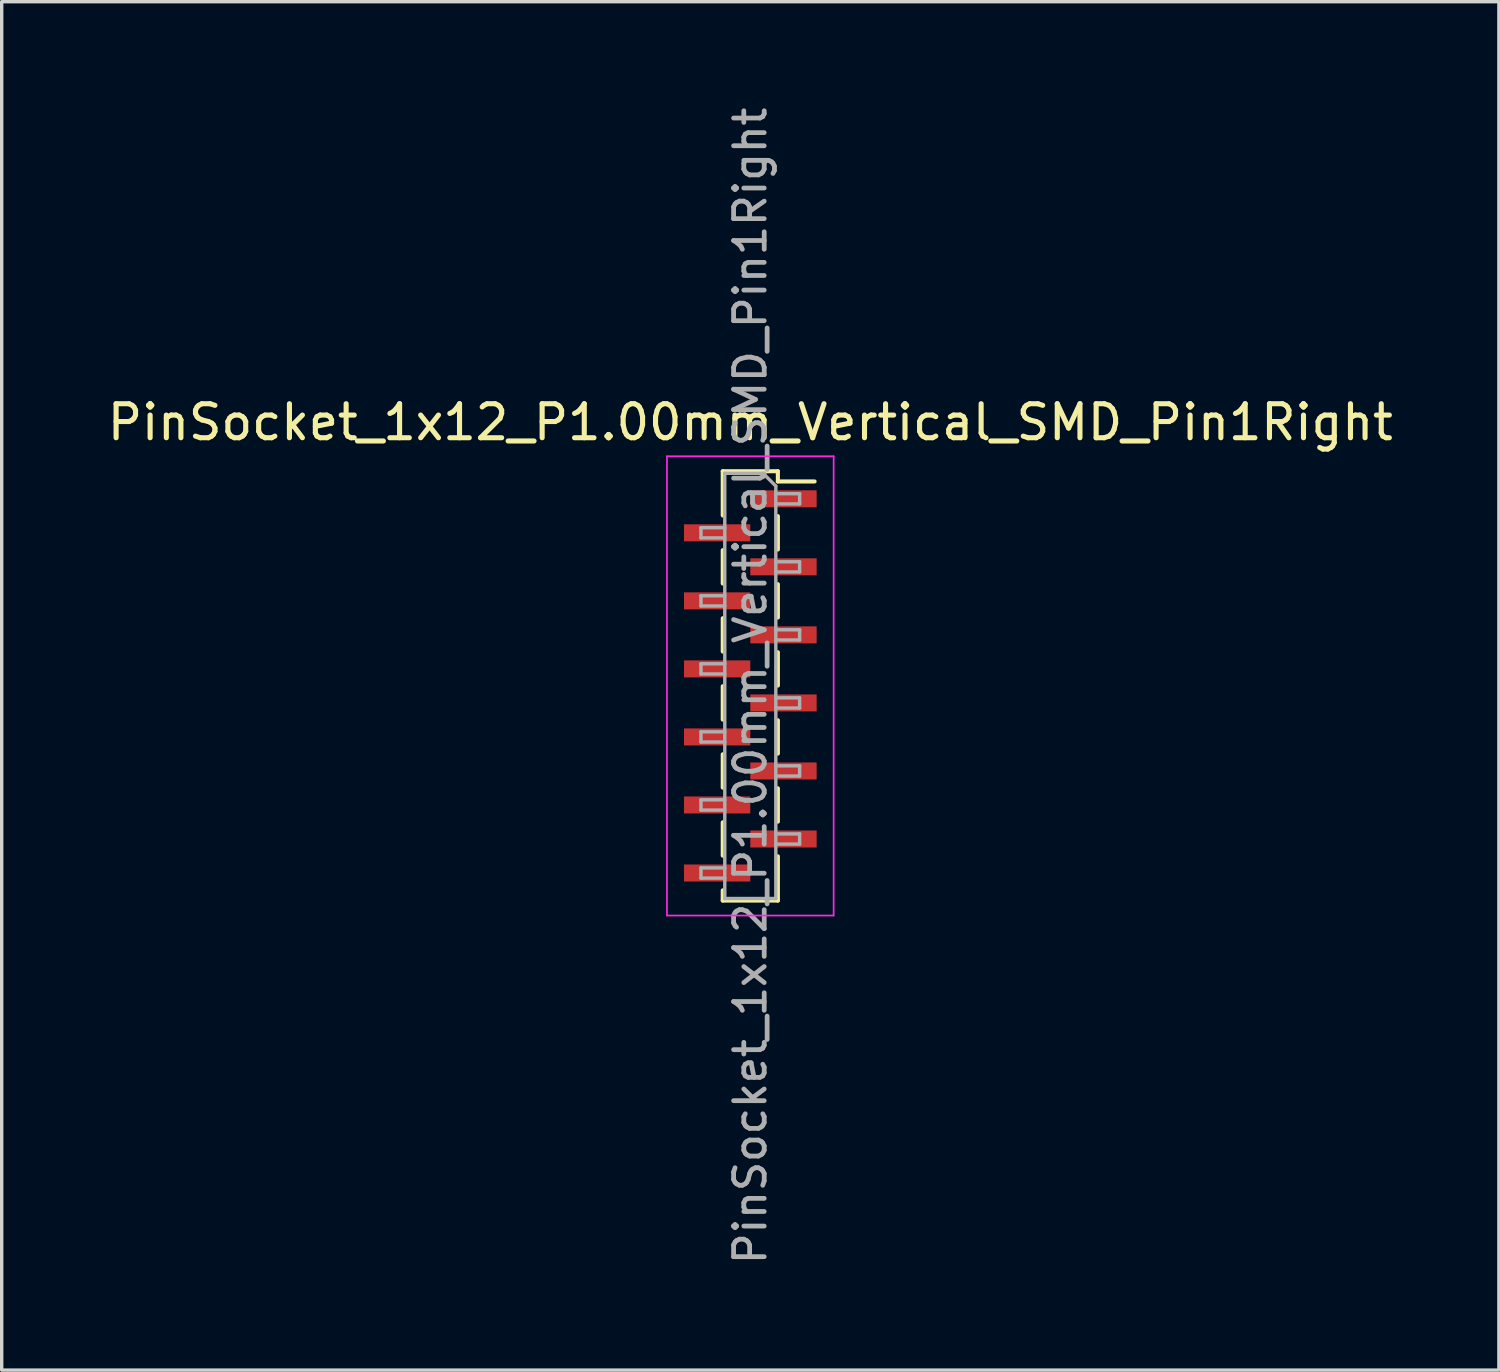
<source format=kicad_pcb>
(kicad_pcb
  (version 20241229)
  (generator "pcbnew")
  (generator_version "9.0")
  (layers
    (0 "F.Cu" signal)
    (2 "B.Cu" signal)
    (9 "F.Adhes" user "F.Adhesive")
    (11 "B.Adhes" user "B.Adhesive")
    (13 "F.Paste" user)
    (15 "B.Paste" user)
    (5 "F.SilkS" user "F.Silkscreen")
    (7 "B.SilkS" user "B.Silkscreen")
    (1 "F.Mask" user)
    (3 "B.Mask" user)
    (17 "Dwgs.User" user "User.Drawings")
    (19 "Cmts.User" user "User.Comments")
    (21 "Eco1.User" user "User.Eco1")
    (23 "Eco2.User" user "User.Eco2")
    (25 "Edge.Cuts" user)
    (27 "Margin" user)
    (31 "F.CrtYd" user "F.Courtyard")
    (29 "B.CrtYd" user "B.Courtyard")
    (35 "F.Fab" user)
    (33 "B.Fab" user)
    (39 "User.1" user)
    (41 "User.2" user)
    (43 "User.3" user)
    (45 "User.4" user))
  (footprint "PinSocket_1x12_P1.00mm_Vertical_SMD_Pin1Right"
    (layer "F.Cu")
    (at 19.006 17.113)
    (property "Reference" "PinSocket_1x12_P1.00mm_Vertical_SMD_Pin1Right" (at 0 -7.75 0) (layer "F.SilkS") (effects (font (size 1 1) (thickness 0.15))))
    (attr smd)
    (fp_line (start -0.81 -6.31) (end -0.81 -5.01) (stroke (width 0.12) (type solid)) (layer "F.SilkS"))
    (fp_line (start -0.81 -6.31) (end 0.81 -6.31) (stroke (width 0.12) (type solid)) (layer "F.SilkS"))
    (fp_line (start -0.81 -3.99) (end -0.81 -3.01) (stroke (width 0.12) (type solid)) (layer "F.SilkS"))
    (fp_line (start -0.81 -1.99) (end -0.81 -1.01) (stroke (width 0.12) (type solid)) (layer "F.SilkS"))
    (fp_line (start -0.81 0.01) (end -0.81 0.99) (stroke (width 0.12) (type solid)) (layer "F.SilkS"))
    (fp_line (start -0.81 2.01) (end -0.81 2.99) (stroke (width 0.12) (type solid)) (layer "F.SilkS"))
    (fp_line (start -0.81 4.01) (end -0.81 4.99) (stroke (width 0.12) (type solid)) (layer "F.SilkS"))
    (fp_line (start -0.81 6.01) (end -0.81 6.31) (stroke (width 0.12) (type solid)) (layer "F.SilkS"))
    (fp_line (start -0.81 6.31) (end 0.81 6.31) (stroke (width 0.12) (type solid)) (layer "F.SilkS"))
    (fp_line (start 0.81 -6.31) (end 0.81 -6.01) (stroke (width 0.12) (type solid)) (layer "F.SilkS"))
    (fp_line (start 0.81 -6.01) (end 1.89 -6.01) (stroke (width 0.12) (type solid)) (layer "F.SilkS"))
    (fp_line (start 0.81 -4.99) (end 0.81 -4.01) (stroke (width 0.12) (type solid)) (layer "F.SilkS"))
    (fp_line (start 0.81 -2.99) (end 0.81 -2.01) (stroke (width 0.12) (type solid)) (layer "F.SilkS"))
    (fp_line (start 0.81 -0.99) (end 0.81 -0.01) (stroke (width 0.12) (type solid)) (layer "F.SilkS"))
    (fp_line (start 0.81 1.01) (end 0.81 1.99) (stroke (width 0.12) (type solid)) (layer "F.SilkS"))
    (fp_line (start 0.81 3.01) (end 0.81 3.99) (stroke (width 0.12) (type solid)) (layer "F.SilkS"))
    (fp_line (start 0.81 5.01) (end 0.81 6.31) (stroke (width 0.12) (type solid)) (layer "F.SilkS"))
    (fp_line (start -2.45 -6.75) (end 2.45 -6.75) (stroke (width 0.05) (type solid)) (layer "F.CrtYd"))
    (fp_line (start -2.45 6.75) (end -2.45 -6.75) (stroke (width 0.05) (type solid)) (layer "F.CrtYd"))
    (fp_line (start 2.45 -6.75) (end 2.45 6.75) (stroke (width 0.05) (type solid)) (layer "F.CrtYd"))
    (fp_line (start 2.45 6.75) (end -2.45 6.75) (stroke (width 0.05) (type solid)) (layer "F.CrtYd"))
    (fp_line (start -1.45 -4.65) (end -0.75 -4.65) (stroke (width 0.1) (type solid)) (layer "F.Fab"))
    (fp_line (start -1.45 -4.35) (end -1.45 -4.65) (stroke (width 0.1) (type solid)) (layer "F.Fab"))
    (fp_line (start -1.45 -2.65) (end -0.75 -2.65) (stroke (width 0.1) (type solid)) (layer "F.Fab"))
    (fp_line (start -1.45 -2.35) (end -1.45 -2.65) (stroke (width 0.1) (type solid)) (layer "F.Fab"))
    (fp_line (start -1.45 -0.65) (end -0.75 -0.65) (stroke (width 0.1) (type solid)) (layer "F.Fab"))
    (fp_line (start -1.45 -0.35) (end -1.45 -0.65) (stroke (width 0.1) (type solid)) (layer "F.Fab"))
    (fp_line (start -1.45 1.35) (end -0.75 1.35) (stroke (width 0.1) (type solid)) (layer "F.Fab"))
    (fp_line (start -1.45 1.65) (end -1.45 1.35) (stroke (width 0.1) (type solid)) (layer "F.Fab"))
    (fp_line (start -1.45 3.35) (end -0.75 3.35) (stroke (width 0.1) (type solid)) (layer "F.Fab"))
    (fp_line (start -1.45 3.65) (end -1.45 3.35) (stroke (width 0.1) (type solid)) (layer "F.Fab"))
    (fp_line (start -1.45 5.35) (end -0.75 5.35) (stroke (width 0.1) (type solid)) (layer "F.Fab"))
    (fp_line (start -1.45 5.65) (end -1.45 5.35) (stroke (width 0.1) (type solid)) (layer "F.Fab"))
    (fp_line (start -0.75 -6.25) (end 0.375 -6.25) (stroke (width 0.1) (type solid)) (layer "F.Fab"))
    (fp_line (start -0.75 -4.35) (end -1.45 -4.35) (stroke (width 0.1) (type solid)) (layer "F.Fab"))
    (fp_line (start -0.75 -2.35) (end -1.45 -2.35) (stroke (width 0.1) (type solid)) (layer "F.Fab"))
    (fp_line (start -0.75 -0.35) (end -1.45 -0.35) (stroke (width 0.1) (type solid)) (layer "F.Fab"))
    (fp_line (start -0.75 1.65) (end -1.45 1.65) (stroke (width 0.1) (type solid)) (layer "F.Fab"))
    (fp_line (start -0.75 3.65) (end -1.45 3.65) (stroke (width 0.1) (type solid)) (layer "F.Fab"))
    (fp_line (start -0.75 5.65) (end -1.45 5.65) (stroke (width 0.1) (type solid)) (layer "F.Fab"))
    (fp_line (start -0.75 6.25) (end -0.75 -6.25) (stroke (width 0.1) (type solid)) (layer "F.Fab"))
    (fp_line (start 0.375 -6.25) (end 0.75 -5.875) (stroke (width 0.1) (type solid)) (layer "F.Fab"))
    (fp_line (start 0.75 -5.875) (end 0.75 6.25) (stroke (width 0.1) (type solid)) (layer "F.Fab"))
    (fp_line (start 0.75 -5.65) (end 1.45 -5.65) (stroke (width 0.1) (type solid)) (layer "F.Fab"))
    (fp_line (start 0.75 -3.65) (end 1.45 -3.65) (stroke (width 0.1) (type solid)) (layer "F.Fab"))
    (fp_line (start 0.75 -1.65) (end 1.45 -1.65) (stroke (width 0.1) (type solid)) (layer "F.Fab"))
    (fp_line (start 0.75 0.35) (end 1.45 0.35) (stroke (width 0.1) (type solid)) (layer "F.Fab"))
    (fp_line (start 0.75 2.35) (end 1.45 2.35) (stroke (width 0.1) (type solid)) (layer "F.Fab"))
    (fp_line (start 0.75 4.35) (end 1.45 4.35) (stroke (width 0.1) (type solid)) (layer "F.Fab"))
    (fp_line (start 0.75 6.25) (end -0.75 6.25) (stroke (width 0.1) (type solid)) (layer "F.Fab"))
    (fp_line (start 1.45 -5.65) (end 1.45 -5.35) (stroke (width 0.1) (type solid)) (layer "F.Fab"))
    (fp_line (start 1.45 -5.35) (end 0.75 -5.35) (stroke (width 0.1) (type solid)) (layer "F.Fab"))
    (fp_line (start 1.45 -3.65) (end 1.45 -3.35) (stroke (width 0.1) (type solid)) (layer "F.Fab"))
    (fp_line (start 1.45 -3.35) (end 0.75 -3.35) (stroke (width 0.1) (type solid)) (layer "F.Fab"))
    (fp_line (start 1.45 -1.65) (end 1.45 -1.35) (stroke (width 0.1) (type solid)) (layer "F.Fab"))
    (fp_line (start 1.45 -1.35) (end 0.75 -1.35) (stroke (width 0.1) (type solid)) (layer "F.Fab"))
    (fp_line (start 1.45 0.35) (end 1.45 0.65) (stroke (width 0.1) (type solid)) (layer "F.Fab"))
    (fp_line (start 1.45 0.65) (end 0.75 0.65) (stroke (width 0.1) (type solid)) (layer "F.Fab"))
    (fp_line (start 1.45 2.35) (end 1.45 2.65) (stroke (width 0.1) (type solid)) (layer "F.Fab"))
    (fp_line (start 1.45 2.65) (end 0.75 2.65) (stroke (width 0.1) (type solid)) (layer "F.Fab"))
    (fp_line (start 1.45 4.35) (end 1.45 4.65) (stroke (width 0.1) (type solid)) (layer "F.Fab"))
    (fp_line (start 1.45 4.65) (end 0.75 4.65) (stroke (width 0.1) (type solid)) (layer "F.Fab"))
    (fp_text user "${REFERENCE}" (at 0 0 90) (layer "F.Fab") (effects (font (size 0.9 0.9) (thickness 0.14))))
    (pad "1" smd rect (at 0.975 -5.5) (size 1.95 0.5) (layers "F.Cu" "F.Mask" "F.Paste"))
    (pad "2" smd rect (at -0.975 -4.5) (size 1.95 0.5) (layers "F.Cu" "F.Mask" "F.Paste"))
    (pad "3" smd rect (at 0.975 -3.5) (size 1.95 0.5) (layers "F.Cu" "F.Mask" "F.Paste"))
    (pad "4" smd rect (at -0.975 -2.5) (size 1.95 0.5) (layers "F.Cu" "F.Mask" "F.Paste"))
    (pad "5" smd rect (at 0.975 -1.5) (size 1.95 0.5) (layers "F.Cu" "F.Mask" "F.Paste"))
    (pad "6" smd rect (at -0.975 -0.5) (size 1.95 0.5) (layers "F.Cu" "F.Mask" "F.Paste"))
    (pad "7" smd rect (at 0.975 0.5) (size 1.95 0.5) (layers "F.Cu" "F.Mask" "F.Paste"))
    (pad "8" smd rect (at -0.975 1.5) (size 1.95 0.5) (layers "F.Cu" "F.Mask" "F.Paste"))
    (pad "9" smd rect (at 0.975 2.5) (size 1.95 0.5) (layers "F.Cu" "F.Mask" "F.Paste"))
    (pad "10" smd rect (at -0.975 3.5) (size 1.95 0.5) (layers "F.Cu" "F.Mask" "F.Paste"))
    (pad "11" smd rect (at 0.975 4.5) (size 1.95 0.5) (layers "F.Cu" "F.Mask" "F.Paste"))
    (pad "12" smd rect (at -0.975 5.5) (size 1.95 0.5) (layers "F.Cu" "F.Mask" "F.Paste")))
  (gr_rect
    (start -3 -3)
    (end 41.012 37.226)
    (stroke (width 0.1) (type default))
    (fill no)
    (layer "Edge.Cuts")))
</source>
